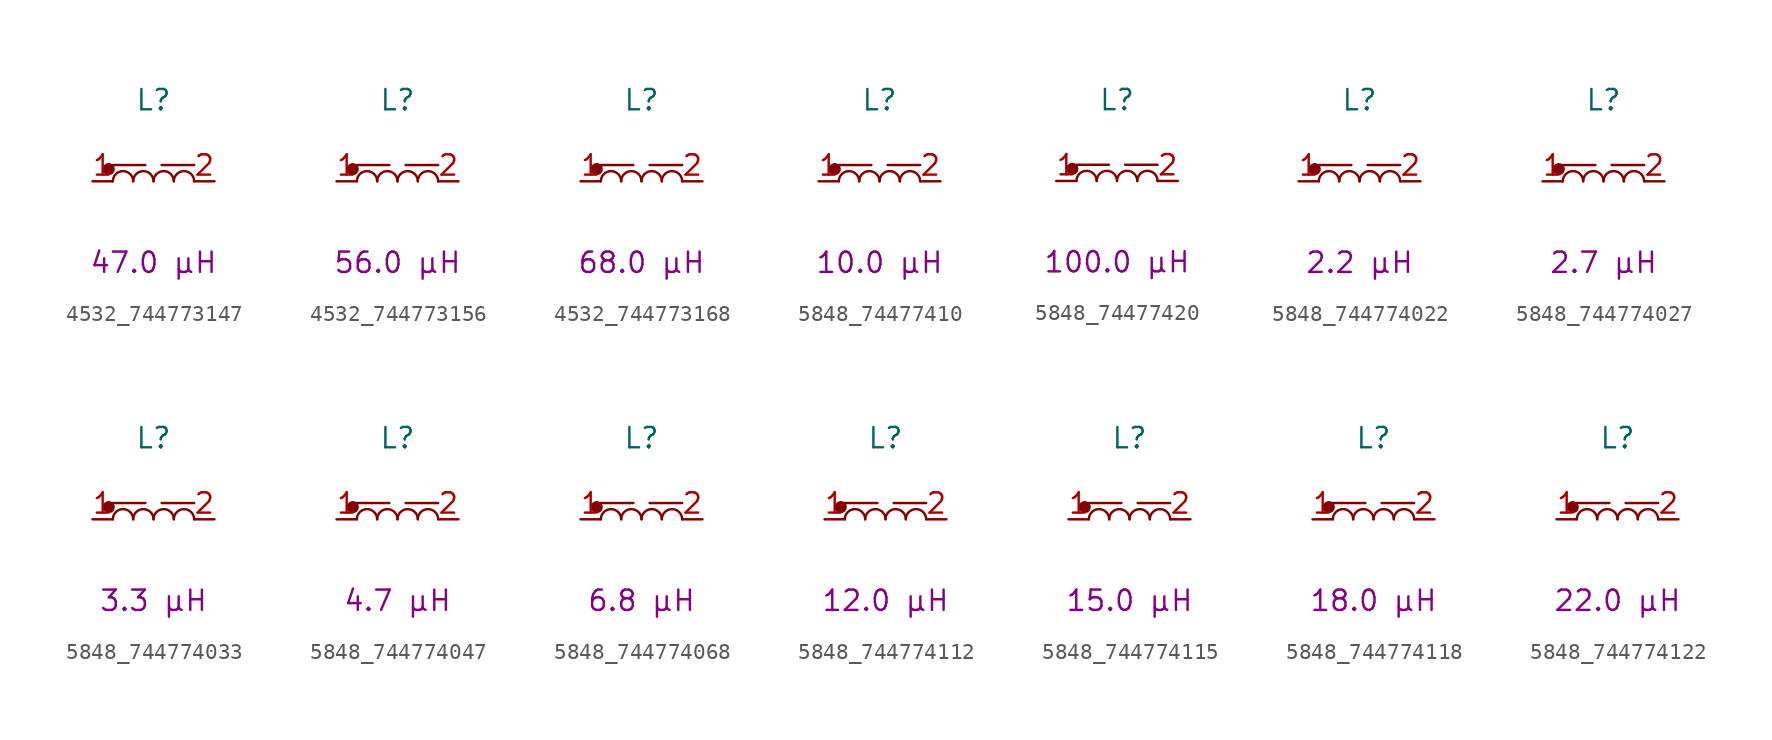
<source format=kicad_sym>
(kicad_symbol_lib
  (version 20220914)
  (generator kicad_symbol_editor)
  (symbol "4532_744773147"
    (pin_names hide)
    (property "Reference" "L"
      (at 0 5.08 0)
      (effects (font (size 1.27 1.27))))
    (property "Critical Parameter" "47.0 µH"
      (at 0 -5.08 0)
      (effects (font (size 1.27 1.27))))
    (symbol "4532_744773147_0_1"
      (arc (start -1.27 0) (mid -1.905 0.6323) (end -2.54 0) (stroke (width 0) (type default)) (fill (type none)))
      (arc (start 0 0) (mid -0.635 0.6323) (end -1.27 0) (stroke (width 0) (type default)) (fill (type none)))
      (polyline (pts (xy -2.54 1.016) (xy -0.508 1.016)) (stroke (width 0) (type default)) (fill (type none)))
      (arc (start 1.27 0) (mid 0.635 0.6323) (end 0 0) (stroke (width 0) (type default)) (fill (type none)))
      (arc (start 2.54 0) (mid 1.905 0.6323) (end 1.27 0) (stroke (width 0) (type default)) (fill (type none))))
    (symbol "4532_744773147_1_1"
      (circle (center -2.794 0.762) (radius 0.0001) (stroke (width 0.381) (type default)) (fill (type none)))
      (polyline (pts (xy 2.54 1.016) (xy 0.508 1.016)) (stroke (width 0) (type default)) (fill (type none)))
      (pin passive line (at -3.81 0 0) (length 1.27) (name "1" (effects (font (size 1.27 1.27)))) (number "1" (effects (font (size 1.27 1.27)))))
      (pin passive line (at 3.81 0 180) (length 1.27) (name "2" (effects (font (size 1.27 1.27)))) (number "2" (effects (font (size 1.27 1.27)))))))
  (symbol "4532_744773156"
    (pin_names hide)
    (property "Reference" "L"
      (at 0 5.08 0)
      (effects (font (size 1.27 1.27))))
    (property "Critical Parameter" "56.0 µH"
      (at 0 -5.08 0)
      (effects (font (size 1.27 1.27))))
    (symbol "4532_744773156_0_1"
      (arc (start -1.27 0) (mid -1.905 0.6323) (end -2.54 0) (stroke (width 0) (type default)) (fill (type none)))
      (arc (start 0 0) (mid -0.635 0.6323) (end -1.27 0) (stroke (width 0) (type default)) (fill (type none)))
      (polyline (pts (xy -2.54 1.016) (xy -0.508 1.016)) (stroke (width 0) (type default)) (fill (type none)))
      (arc (start 1.27 0) (mid 0.635 0.6323) (end 0 0) (stroke (width 0) (type default)) (fill (type none)))
      (arc (start 2.54 0) (mid 1.905 0.6323) (end 1.27 0) (stroke (width 0) (type default)) (fill (type none))))
    (symbol "4532_744773156_1_1"
      (circle (center -2.794 0.762) (radius 0.0001) (stroke (width 0.381) (type default)) (fill (type none)))
      (polyline (pts (xy 2.54 1.016) (xy 0.508 1.016)) (stroke (width 0) (type default)) (fill (type none)))
      (pin passive line (at -3.81 0 0) (length 1.27) (name "1" (effects (font (size 1.27 1.27)))) (number "1" (effects (font (size 1.27 1.27)))))
      (pin passive line (at 3.81 0 180) (length 1.27) (name "2" (effects (font (size 1.27 1.27)))) (number "2" (effects (font (size 1.27 1.27)))))))
  (symbol "4532_744773168"
    (pin_names hide)
    (property "Reference" "L"
      (at 0 5.08 0)
      (effects (font (size 1.27 1.27))))
    (property "Critical Parameter" "68.0 µH"
      (at 0 -5.08 0)
      (effects (font (size 1.27 1.27))))
    (symbol "4532_744773168_0_1"
      (arc (start -1.27 0) (mid -1.905 0.6323) (end -2.54 0) (stroke (width 0) (type default)) (fill (type none)))
      (arc (start 0 0) (mid -0.635 0.6323) (end -1.27 0) (stroke (width 0) (type default)) (fill (type none)))
      (polyline (pts (xy -2.54 1.016) (xy -0.508 1.016)) (stroke (width 0) (type default)) (fill (type none)))
      (arc (start 1.27 0) (mid 0.635 0.6323) (end 0 0) (stroke (width 0) (type default)) (fill (type none)))
      (arc (start 2.54 0) (mid 1.905 0.6323) (end 1.27 0) (stroke (width 0) (type default)) (fill (type none))))
    (symbol "4532_744773168_1_1"
      (circle (center -2.794 0.762) (radius 0.0001) (stroke (width 0.381) (type default)) (fill (type none)))
      (polyline (pts (xy 2.54 1.016) (xy 0.508 1.016)) (stroke (width 0) (type default)) (fill (type none)))
      (pin passive line (at -3.81 0 0) (length 1.27) (name "1" (effects (font (size 1.27 1.27)))) (number "1" (effects (font (size 1.27 1.27)))))
      (pin passive line (at 3.81 0 180) (length 1.27) (name "2" (effects (font (size 1.27 1.27)))) (number "2" (effects (font (size 1.27 1.27)))))))
  (symbol "5848_74477410"
    (pin_names hide)
    (property "Reference" "L"
      (at 0 5.08 0)
      (effects (font (size 1.27 1.27))))
    (property "Critical Parameter" "10.0 µH"
      (at 0 -5.08 0)
      (effects (font (size 1.27 1.27))))
    (symbol "5848_74477410_0_1"
      (arc (start -1.27 0) (mid -1.905 0.6323) (end -2.54 0) (stroke (width 0) (type default)) (fill (type none)))
      (arc (start 0 0) (mid -0.635 0.6323) (end -1.27 0) (stroke (width 0) (type default)) (fill (type none)))
      (polyline (pts (xy -2.54 1.016) (xy -0.508 1.016)) (stroke (width 0) (type default)) (fill (type none)))
      (arc (start 1.27 0) (mid 0.635 0.6323) (end 0 0) (stroke (width 0) (type default)) (fill (type none)))
      (arc (start 2.54 0) (mid 1.905 0.6323) (end 1.27 0) (stroke (width 0) (type default)) (fill (type none))))
    (symbol "5848_74477410_1_1"
      (circle (center -2.794 0.762) (radius 0.0001) (stroke (width 0.381) (type default)) (fill (type none)))
      (polyline (pts (xy 2.54 1.016) (xy 0.508 1.016)) (stroke (width 0) (type default)) (fill (type none)))
      (pin passive line (at -3.81 0 0) (length 1.27) (name "1" (effects (font (size 1.27 1.27)))) (number "1" (effects (font (size 1.27 1.27)))))
      (pin passive line (at 3.81 0 180) (length 1.27) (name "2" (effects (font (size 1.27 1.27)))) (number "2" (effects (font (size 1.27 1.27)))))))
  (symbol "5848_74477420"
    (pin_names hide)
    (property "Reference" "L"
      (at 0 5.08 0)
      (effects (font (size 1.27 1.27))))
    (property "Critical Parameter" "100.0 µH"
      (at 0 -5.08 0)
      (effects (font (size 1.27 1.27))))
    (symbol "5848_74477420_0_1"
      (arc (start -1.27 0) (mid -1.905 0.6323) (end -2.54 0) (stroke (width 0) (type default)) (fill (type none)))
      (arc (start 0 0) (mid -0.635 0.6323) (end -1.27 0) (stroke (width 0) (type default)) (fill (type none)))
      (polyline (pts (xy -2.54 1.016) (xy -0.508 1.016)) (stroke (width 0) (type default)) (fill (type none)))
      (arc (start 1.27 0) (mid 0.635 0.6323) (end 0 0) (stroke (width 0) (type default)) (fill (type none)))
      (arc (start 2.54 0) (mid 1.905 0.6323) (end 1.27 0) (stroke (width 0) (type default)) (fill (type none))))
    (symbol "5848_74477420_1_1"
      (circle (center -2.794 0.762) (radius 0.0001) (stroke (width 0.381) (type default)) (fill (type none)))
      (polyline (pts (xy 2.54 1.016) (xy 0.508 1.016)) (stroke (width 0) (type default)) (fill (type none)))
      (pin passive line (at -3.81 0 0) (length 1.27) (name "1" (effects (font (size 1.27 1.27)))) (number "1" (effects (font (size 1.27 1.27)))))
      (pin passive line (at 3.81 0 180) (length 1.27) (name "2" (effects (font (size 1.27 1.27)))) (number "2" (effects (font (size 1.27 1.27)))))))
  (symbol "5848_744774022"
    (pin_names hide)
    (property "Reference" "L"
      (at 0 5.08 0)
      (effects (font (size 1.27 1.27))))
    (property "Critical Parameter" "2.2 µH"
      (at 0 -5.08 0)
      (effects (font (size 1.27 1.27))))
    (symbol "5848_744774022_0_1"
      (arc (start -1.27 0) (mid -1.905 0.6323) (end -2.54 0) (stroke (width 0) (type default)) (fill (type none)))
      (arc (start 0 0) (mid -0.635 0.6323) (end -1.27 0) (stroke (width 0) (type default)) (fill (type none)))
      (polyline (pts (xy -2.54 1.016) (xy -0.508 1.016)) (stroke (width 0) (type default)) (fill (type none)))
      (arc (start 1.27 0) (mid 0.635 0.6323) (end 0 0) (stroke (width 0) (type default)) (fill (type none)))
      (arc (start 2.54 0) (mid 1.905 0.6323) (end 1.27 0) (stroke (width 0) (type default)) (fill (type none))))
    (symbol "5848_744774022_1_1"
      (circle (center -2.794 0.762) (radius 0.0001) (stroke (width 0.381) (type default)) (fill (type none)))
      (polyline (pts (xy 2.54 1.016) (xy 0.508 1.016)) (stroke (width 0) (type default)) (fill (type none)))
      (pin passive line (at -3.81 0 0) (length 1.27) (name "1" (effects (font (size 1.27 1.27)))) (number "1" (effects (font (size 1.27 1.27)))))
      (pin passive line (at 3.81 0 180) (length 1.27) (name "2" (effects (font (size 1.27 1.27)))) (number "2" (effects (font (size 1.27 1.27)))))))
  (symbol "5848_744774027"
    (pin_names hide)
    (property "Reference" "L"
      (at 0 5.08 0)
      (effects (font (size 1.27 1.27))))
    (property "Critical Parameter" "2.7 µH"
      (at 0 -5.08 0)
      (effects (font (size 1.27 1.27))))
    (symbol "5848_744774027_0_1"
      (arc (start -1.27 0) (mid -1.905 0.6323) (end -2.54 0) (stroke (width 0) (type default)) (fill (type none)))
      (arc (start 0 0) (mid -0.635 0.6323) (end -1.27 0) (stroke (width 0) (type default)) (fill (type none)))
      (polyline (pts (xy -2.54 1.016) (xy -0.508 1.016)) (stroke (width 0) (type default)) (fill (type none)))
      (arc (start 1.27 0) (mid 0.635 0.6323) (end 0 0) (stroke (width 0) (type default)) (fill (type none)))
      (arc (start 2.54 0) (mid 1.905 0.6323) (end 1.27 0) (stroke (width 0) (type default)) (fill (type none))))
    (symbol "5848_744774027_1_1"
      (circle (center -2.794 0.762) (radius 0.0001) (stroke (width 0.381) (type default)) (fill (type none)))
      (polyline (pts (xy 2.54 1.016) (xy 0.508 1.016)) (stroke (width 0) (type default)) (fill (type none)))
      (pin passive line (at -3.81 0 0) (length 1.27) (name "1" (effects (font (size 1.27 1.27)))) (number "1" (effects (font (size 1.27 1.27)))))
      (pin passive line (at 3.81 0 180) (length 1.27) (name "2" (effects (font (size 1.27 1.27)))) (number "2" (effects (font (size 1.27 1.27)))))))
  (symbol "5848_744774033"
    (pin_names hide)
    (property "Reference" "L"
      (at 0 5.08 0)
      (effects (font (size 1.27 1.27))))
    (property "Critical Parameter" "3.3 µH"
      (at 0 -5.08 0)
      (effects (font (size 1.27 1.27))))
    (symbol "5848_744774033_0_1"
      (arc (start -1.27 0) (mid -1.905 0.6323) (end -2.54 0) (stroke (width 0) (type default)) (fill (type none)))
      (arc (start 0 0) (mid -0.635 0.6323) (end -1.27 0) (stroke (width 0) (type default)) (fill (type none)))
      (polyline (pts (xy -2.54 1.016) (xy -0.508 1.016)) (stroke (width 0) (type default)) (fill (type none)))
      (arc (start 1.27 0) (mid 0.635 0.6323) (end 0 0) (stroke (width 0) (type default)) (fill (type none)))
      (arc (start 2.54 0) (mid 1.905 0.6323) (end 1.27 0) (stroke (width 0) (type default)) (fill (type none))))
    (symbol "5848_744774033_1_1"
      (circle (center -2.794 0.762) (radius 0.0001) (stroke (width 0.381) (type default)) (fill (type none)))
      (polyline (pts (xy 2.54 1.016) (xy 0.508 1.016)) (stroke (width 0) (type default)) (fill (type none)))
      (pin passive line (at -3.81 0 0) (length 1.27) (name "1" (effects (font (size 1.27 1.27)))) (number "1" (effects (font (size 1.27 1.27)))))
      (pin passive line (at 3.81 0 180) (length 1.27) (name "2" (effects (font (size 1.27 1.27)))) (number "2" (effects (font (size 1.27 1.27)))))))
  (symbol "5848_744774047"
    (pin_names hide)
    (property "Reference" "L"
      (at 0 5.08 0)
      (effects (font (size 1.27 1.27))))
    (property "Critical Parameter" "4.7 µH"
      (at 0 -5.08 0)
      (effects (font (size 1.27 1.27))))
    (symbol "5848_744774047_0_1"
      (arc (start -1.27 0) (mid -1.905 0.6323) (end -2.54 0) (stroke (width 0) (type default)) (fill (type none)))
      (arc (start 0 0) (mid -0.635 0.6323) (end -1.27 0) (stroke (width 0) (type default)) (fill (type none)))
      (polyline (pts (xy -2.54 1.016) (xy -0.508 1.016)) (stroke (width 0) (type default)) (fill (type none)))
      (arc (start 1.27 0) (mid 0.635 0.6323) (end 0 0) (stroke (width 0) (type default)) (fill (type none)))
      (arc (start 2.54 0) (mid 1.905 0.6323) (end 1.27 0) (stroke (width 0) (type default)) (fill (type none))))
    (symbol "5848_744774047_1_1"
      (circle (center -2.794 0.762) (radius 0.0001) (stroke (width 0.381) (type default)) (fill (type none)))
      (polyline (pts (xy 2.54 1.016) (xy 0.508 1.016)) (stroke (width 0) (type default)) (fill (type none)))
      (pin passive line (at -3.81 0 0) (length 1.27) (name "1" (effects (font (size 1.27 1.27)))) (number "1" (effects (font (size 1.27 1.27)))))
      (pin passive line (at 3.81 0 180) (length 1.27) (name "2" (effects (font (size 1.27 1.27)))) (number "2" (effects (font (size 1.27 1.27)))))))
  (symbol "5848_744774068"
    (pin_names hide)
    (property "Reference" "L"
      (at 0 5.08 0)
      (effects (font (size 1.27 1.27))))
    (property "Critical Parameter" "6.8 µH"
      (at 0 -5.08 0)
      (effects (font (size 1.27 1.27))))
    (symbol "5848_744774068_0_1"
      (arc (start -1.27 0) (mid -1.905 0.6323) (end -2.54 0) (stroke (width 0) (type default)) (fill (type none)))
      (arc (start 0 0) (mid -0.635 0.6323) (end -1.27 0) (stroke (width 0) (type default)) (fill (type none)))
      (polyline (pts (xy -2.54 1.016) (xy -0.508 1.016)) (stroke (width 0) (type default)) (fill (type none)))
      (arc (start 1.27 0) (mid 0.635 0.6323) (end 0 0) (stroke (width 0) (type default)) (fill (type none)))
      (arc (start 2.54 0) (mid 1.905 0.6323) (end 1.27 0) (stroke (width 0) (type default)) (fill (type none))))
    (symbol "5848_744774068_1_1"
      (circle (center -2.794 0.762) (radius 0.0001) (stroke (width 0.381) (type default)) (fill (type none)))
      (polyline (pts (xy 2.54 1.016) (xy 0.508 1.016)) (stroke (width 0) (type default)) (fill (type none)))
      (pin passive line (at -3.81 0 0) (length 1.27) (name "1" (effects (font (size 1.27 1.27)))) (number "1" (effects (font (size 1.27 1.27)))))
      (pin passive line (at 3.81 0 180) (length 1.27) (name "2" (effects (font (size 1.27 1.27)))) (number "2" (effects (font (size 1.27 1.27)))))))
  (symbol "5848_744774112"
    (pin_names hide)
    (property "Reference" "L"
      (at 0 5.08 0)
      (effects (font (size 1.27 1.27))))
    (property "Critical Parameter" "12.0 µH"
      (at 0 -5.08 0)
      (effects (font (size 1.27 1.27))))
    (symbol "5848_744774112_0_1"
      (arc (start -1.27 0) (mid -1.905 0.6323) (end -2.54 0) (stroke (width 0) (type default)) (fill (type none)))
      (arc (start 0 0) (mid -0.635 0.6323) (end -1.27 0) (stroke (width 0) (type default)) (fill (type none)))
      (polyline (pts (xy -2.54 1.016) (xy -0.508 1.016)) (stroke (width 0) (type default)) (fill (type none)))
      (arc (start 1.27 0) (mid 0.635 0.6323) (end 0 0) (stroke (width 0) (type default)) (fill (type none)))
      (arc (start 2.54 0) (mid 1.905 0.6323) (end 1.27 0) (stroke (width 0) (type default)) (fill (type none))))
    (symbol "5848_744774112_1_1"
      (circle (center -2.794 0.762) (radius 0.0001) (stroke (width 0.381) (type default)) (fill (type none)))
      (polyline (pts (xy 2.54 1.016) (xy 0.508 1.016)) (stroke (width 0) (type default)) (fill (type none)))
      (pin passive line (at -3.81 0 0) (length 1.27) (name "1" (effects (font (size 1.27 1.27)))) (number "1" (effects (font (size 1.27 1.27)))))
      (pin passive line (at 3.81 0 180) (length 1.27) (name "2" (effects (font (size 1.27 1.27)))) (number "2" (effects (font (size 1.27 1.27)))))))
  (symbol "5848_744774115"
    (pin_names hide)
    (property "Reference" "L"
      (at 0 5.08 0)
      (effects (font (size 1.27 1.27))))
    (property "Critical Parameter" "15.0 µH"
      (at 0 -5.08 0)
      (effects (font (size 1.27 1.27))))
    (symbol "5848_744774115_0_1"
      (arc (start -1.27 0) (mid -1.905 0.6323) (end -2.54 0) (stroke (width 0) (type default)) (fill (type none)))
      (arc (start 0 0) (mid -0.635 0.6323) (end -1.27 0) (stroke (width 0) (type default)) (fill (type none)))
      (polyline (pts (xy -2.54 1.016) (xy -0.508 1.016)) (stroke (width 0) (type default)) (fill (type none)))
      (arc (start 1.27 0) (mid 0.635 0.6323) (end 0 0) (stroke (width 0) (type default)) (fill (type none)))
      (arc (start 2.54 0) (mid 1.905 0.6323) (end 1.27 0) (stroke (width 0) (type default)) (fill (type none))))
    (symbol "5848_744774115_1_1"
      (circle (center -2.794 0.762) (radius 0.0001) (stroke (width 0.381) (type default)) (fill (type none)))
      (polyline (pts (xy 2.54 1.016) (xy 0.508 1.016)) (stroke (width 0) (type default)) (fill (type none)))
      (pin passive line (at -3.81 0 0) (length 1.27) (name "1" (effects (font (size 1.27 1.27)))) (number "1" (effects (font (size 1.27 1.27)))))
      (pin passive line (at 3.81 0 180) (length 1.27) (name "2" (effects (font (size 1.27 1.27)))) (number "2" (effects (font (size 1.27 1.27)))))))
  (symbol "5848_744774118"
    (pin_names hide)
    (property "Reference" "L"
      (at 0 5.08 0)
      (effects (font (size 1.27 1.27))))
    (property "Critical Parameter" "18.0 µH"
      (at 0 -5.08 0)
      (effects (font (size 1.27 1.27))))
    (symbol "5848_744774118_0_1"
      (arc (start -1.27 0) (mid -1.905 0.6323) (end -2.54 0) (stroke (width 0) (type default)) (fill (type none)))
      (arc (start 0 0) (mid -0.635 0.6323) (end -1.27 0) (stroke (width 0) (type default)) (fill (type none)))
      (polyline (pts (xy -2.54 1.016) (xy -0.508 1.016)) (stroke (width 0) (type default)) (fill (type none)))
      (arc (start 1.27 0) (mid 0.635 0.6323) (end 0 0) (stroke (width 0) (type default)) (fill (type none)))
      (arc (start 2.54 0) (mid 1.905 0.6323) (end 1.27 0) (stroke (width 0) (type default)) (fill (type none))))
    (symbol "5848_744774118_1_1"
      (circle (center -2.794 0.762) (radius 0.0001) (stroke (width 0.381) (type default)) (fill (type none)))
      (polyline (pts (xy 2.54 1.016) (xy 0.508 1.016)) (stroke (width 0) (type default)) (fill (type none)))
      (pin passive line (at -3.81 0 0) (length 1.27) (name "1" (effects (font (size 1.27 1.27)))) (number "1" (effects (font (size 1.27 1.27)))))
      (pin passive line (at 3.81 0 180) (length 1.27) (name "2" (effects (font (size 1.27 1.27)))) (number "2" (effects (font (size 1.27 1.27)))))))
  (symbol "5848_744774122"
    (pin_names hide)
    (property "Reference" "L"
      (at 0 5.08 0)
      (effects (font (size 1.27 1.27))))
    (property "Critical Parameter" "22.0 µH"
      (at 0 -5.08 0)
      (effects (font (size 1.27 1.27))))
    (symbol "5848_744774122_0_1"
      (arc (start -1.27 0) (mid -1.905 0.6323) (end -2.54 0) (stroke (width 0) (type default)) (fill (type none)))
      (arc (start 0 0) (mid -0.635 0.6323) (end -1.27 0) (stroke (width 0) (type default)) (fill (type none)))
      (polyline (pts (xy -2.54 1.016) (xy -0.508 1.016)) (stroke (width 0) (type default)) (fill (type none)))
      (arc (start 1.27 0) (mid 0.635 0.6323) (end 0 0) (stroke (width 0) (type default)) (fill (type none)))
      (arc (start 2.54 0) (mid 1.905 0.6323) (end 1.27 0) (stroke (width 0) (type default)) (fill (type none))))
    (symbol "5848_744774122_1_1"
      (circle (center -2.794 0.762) (radius 0.0001) (stroke (width 0.381) (type default)) (fill (type none)))
      (polyline (pts (xy 2.54 1.016) (xy 0.508 1.016)) (stroke (width 0) (type default)) (fill (type none)))
      (pin passive line (at -3.81 0 0) (length 1.27) (name "1" (effects (font (size 1.27 1.27)))) (number "1" (effects (font (size 1.27 1.27)))))
      (pin passive line (at 3.81 0 180) (length 1.27) (name "2" (effects (font (size 1.27 1.27)))) (number "2" (effects (font (size 1.27 1.27))))))))
</source>
